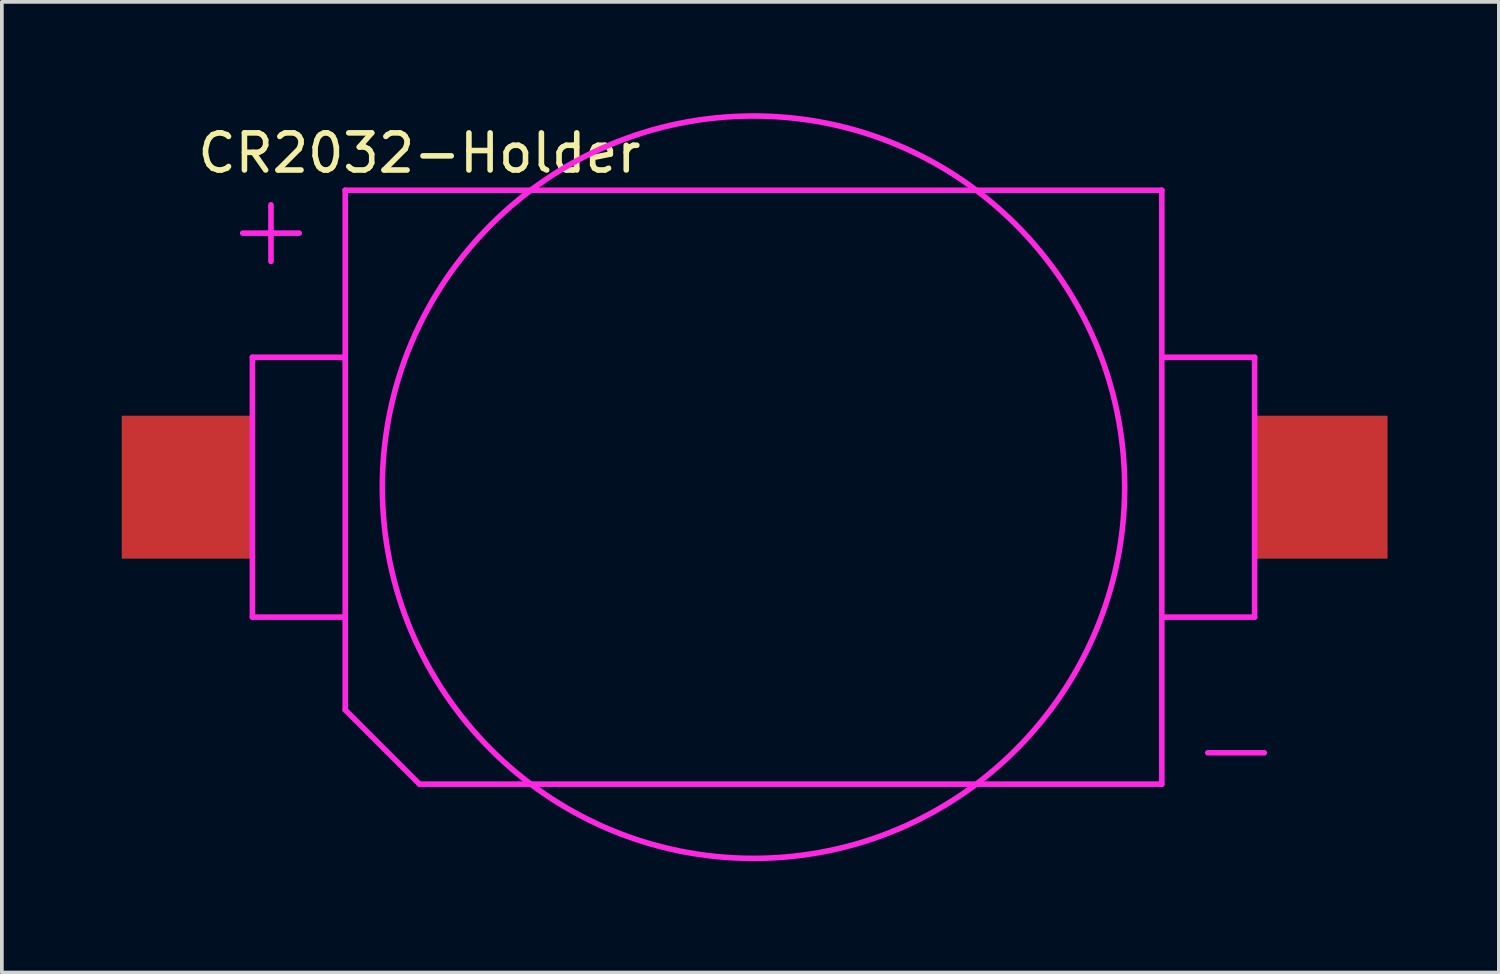
<source format=kicad_pcb>
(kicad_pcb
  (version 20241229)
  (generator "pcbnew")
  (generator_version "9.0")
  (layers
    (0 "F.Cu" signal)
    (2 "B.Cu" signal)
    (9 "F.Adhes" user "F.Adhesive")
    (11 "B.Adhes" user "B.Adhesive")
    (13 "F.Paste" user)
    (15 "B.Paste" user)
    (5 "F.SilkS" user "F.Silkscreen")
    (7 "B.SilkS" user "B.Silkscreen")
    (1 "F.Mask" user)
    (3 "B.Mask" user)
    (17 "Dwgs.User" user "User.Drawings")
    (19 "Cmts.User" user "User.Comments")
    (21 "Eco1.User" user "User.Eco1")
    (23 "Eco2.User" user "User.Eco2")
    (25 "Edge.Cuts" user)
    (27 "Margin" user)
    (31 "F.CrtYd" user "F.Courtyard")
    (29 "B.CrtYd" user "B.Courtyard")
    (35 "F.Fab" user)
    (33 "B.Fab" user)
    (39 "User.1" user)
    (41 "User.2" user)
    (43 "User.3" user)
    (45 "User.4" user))
  (footprint "CR2032-Holder"
    (layer "F.Cu")
    (at 0.25 10.075)
    (property "Reference" "CR2032-Holder" (at 8 -9 0) (layer "F.SilkS") (effects (font (size 1 1) (thickness 0.15))))
    (attr through_hole)
    (fp_line (start 3.5 -3.5) (end 3.5 3.5) (stroke (width 0.15) (type solid)) (layer "F.CrtYd"))
    (fp_line (start 3.5 3.5) (end 6 3.5) (stroke (width 0.15) (type solid)) (layer "F.CrtYd"))
    (fp_line (start 6 -8) (end 28 -8) (stroke (width 0.15) (type solid)) (layer "F.CrtYd"))
    (fp_line (start 6 -3.5) (end 3.5 -3.5) (stroke (width 0.15) (type solid)) (layer "F.CrtYd"))
    (fp_line (start 6 6) (end 6 -8) (stroke (width 0.15) (type solid)) (layer "F.CrtYd"))
    (fp_line (start 8 8) (end 6 6) (stroke (width 0.15) (type solid)) (layer "F.CrtYd"))
    (fp_line (start 28 -8) (end 28 8) (stroke (width 0.15) (type solid)) (layer "F.CrtYd"))
    (fp_line (start 28 -3.5) (end 30.5 -3.5) (stroke (width 0.15) (type solid)) (layer "F.CrtYd"))
    (fp_line (start 28 8) (end 8 8) (stroke (width 0.15) (type solid)) (layer "F.CrtYd"))
    (fp_line (start 30.5 -3.5) (end 30.5 3.5) (stroke (width 0.15) (type solid)) (layer "F.CrtYd"))
    (fp_line (start 30.5 3.5) (end 28 3.5) (stroke (width 0.15) (type solid)) (layer "F.CrtYd"))
    (fp_circle (center 17 0) (end 17 10) (stroke (width 0.15) (type solid)) (fill no) (layer "F.CrtYd"))
    (fp_text user "+" (at 4 -7 0) (layer "F.CrtYd") (effects (font (size 2 2) (thickness 0.15))))
    (fp_text user "-" (at 30 7 0) (layer "F.CrtYd") (effects (font (size 2 2) (thickness 0.15))))
    (pad "1" smd rect (at 1.75 0) (size 3.541 3.85) (layers "F.Cu" "F.Mask" "F.Paste"))
    (pad "2" smd rect (at 32.311 0) (size 3.541 3.85) (layers "F.Cu" "F.Mask" "F.Paste")))
  (gr_rect
    (start -3 -3)
    (end 37.331 23.15)
    (stroke (width 0.1) (type default))
    (fill no)
    (layer "Edge.Cuts")))
</source>
